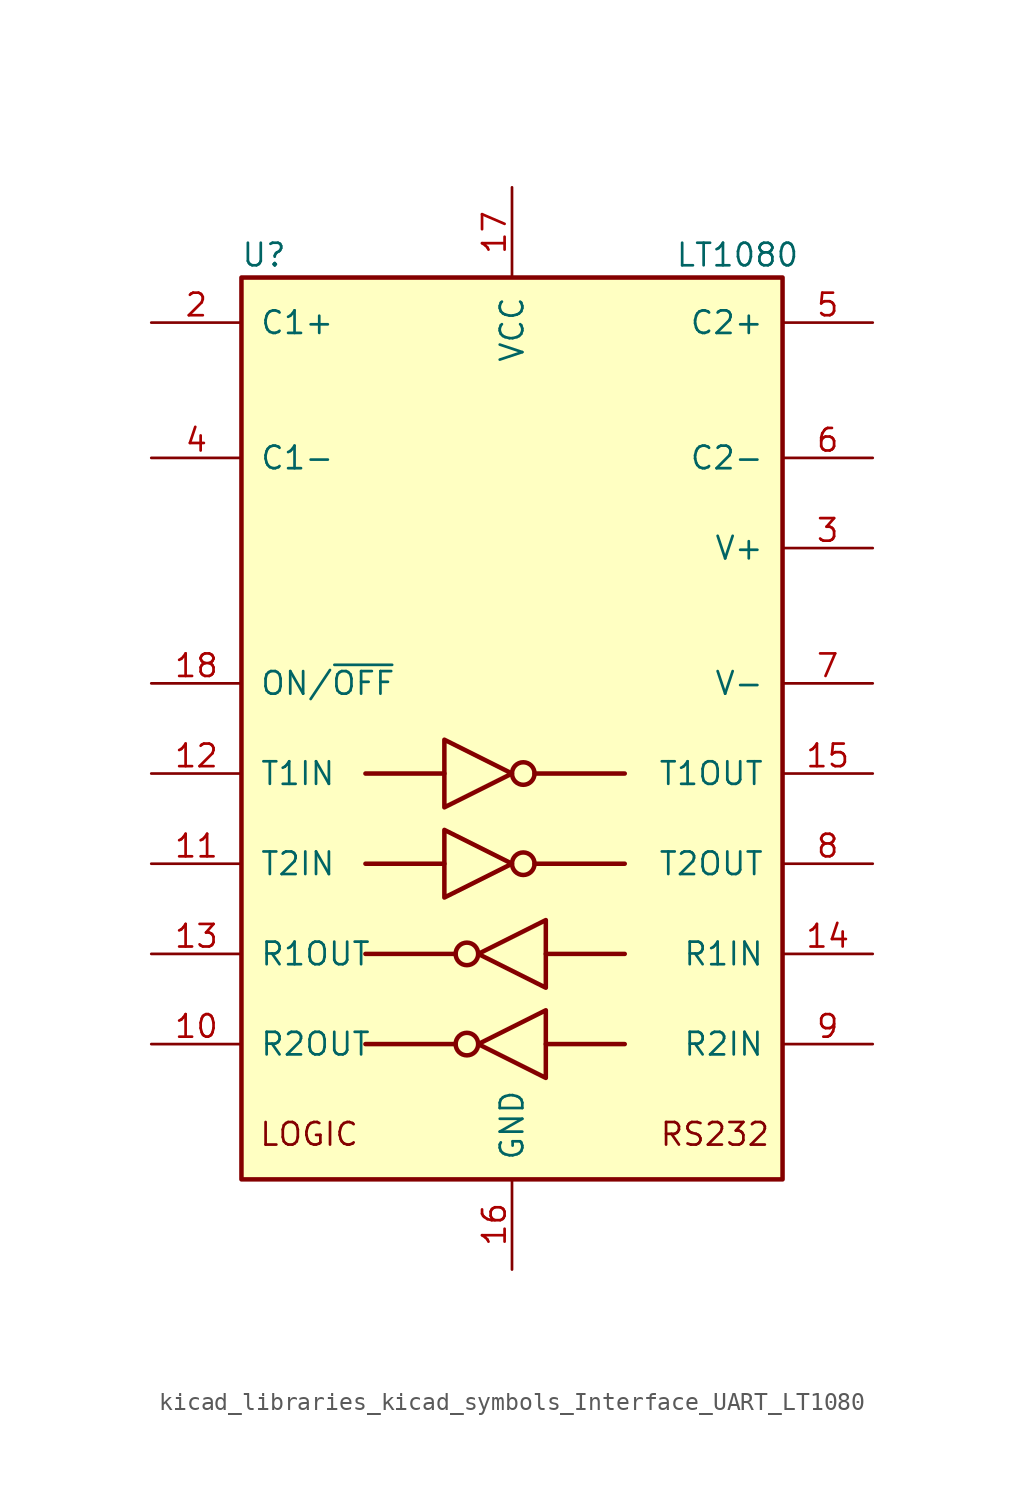
<source format=kicad_sym>
(kicad_symbol_lib
  (version 20220914)
  (generator kicad_symbol_editor)
  (symbol "kicad_libraries_kicad_symbols_Interface_UART_LT1080"
    (pin_names
      (offset 1.016))
    (property "Reference" "U"
      (at -13.97 26.67 0)
      (effects (font (size 1.27 1.27))))
    (property "Value" "LT1080"
      (at 12.7 26.67 0)
      (effects (font (size 1.27 1.27))))
    (symbol "kicad_libraries_kicad_symbols_Interface_UART_LT1080_0_0"
      (text "LOGIC" (at -11.43 -22.86 0) (effects (font (size 1.27 1.27))))
      (text "RS232" (at 11.43 -22.86 0) (effects (font (size 1.27 1.27)))))
    (symbol "kicad_libraries_kicad_symbols_Interface_UART_LT1080_0_1"
      (rectangle (start -15.24 -25.4) (end 15.24 25.4) (stroke (width 0.254) (type default)) (fill (type background)))
      (circle (center -2.54 -17.78) (radius 0.635) (stroke (width 0.254) (type default)) (fill (type none)))
      (circle (center -2.54 -12.7) (radius 0.635) (stroke (width 0.254) (type default)) (fill (type none)))
      (polyline (pts (xy -3.81 -7.62) (xy -8.255 -7.62)) (stroke (width 0.254) (type default)) (fill (type none)))
      (polyline (pts (xy -3.81 -2.54) (xy -8.255 -2.54)) (stroke (width 0.254) (type default)) (fill (type none)))
      (polyline (pts (xy -3.175 -17.78) (xy -8.255 -17.78)) (stroke (width 0.254) (type default)) (fill (type none)))
      (polyline (pts (xy -3.175 -12.7) (xy -8.255 -12.7)) (stroke (width 0.254) (type default)) (fill (type none)))
      (polyline (pts (xy 1.27 -7.62) (xy 6.35 -7.62)) (stroke (width 0.254) (type default)) (fill (type none)))
      (polyline (pts (xy 1.27 -2.54) (xy 6.35 -2.54)) (stroke (width 0.254) (type default)) (fill (type none)))
      (polyline (pts (xy 1.905 -17.78) (xy 6.35 -17.78)) (stroke (width 0.254) (type default)) (fill (type none)))
      (polyline (pts (xy 1.905 -12.7) (xy 6.35 -12.7)) (stroke (width 0.254) (type default)) (fill (type none)))
      (polyline (pts (xy -3.81 -5.715) (xy -3.81 -9.525) (xy 0 -7.62) (xy -3.81 -5.715)) (stroke (width 0.254) (type default)) (fill (type none)))
      (polyline (pts (xy -3.81 -0.635) (xy -3.81 -4.445) (xy 0 -2.54) (xy -3.81 -0.635)) (stroke (width 0.254) (type default)) (fill (type none)))
      (polyline (pts (xy 1.905 -15.875) (xy 1.905 -19.685) (xy -1.905 -17.78) (xy 1.905 -15.875)) (stroke (width 0.254) (type default)) (fill (type none)))
      (polyline (pts (xy 1.905 -10.795) (xy 1.905 -14.605) (xy -1.905 -12.7) (xy 1.905 -10.795)) (stroke (width 0.254) (type default)) (fill (type none)))
      (circle (center 0.635 -7.62) (radius 0.635) (stroke (width 0.254) (type default)) (fill (type none)))
      (circle (center 0.635 -2.54) (radius 0.635) (stroke (width 0.254) (type default)) (fill (type none))))
    (symbol "kicad_libraries_kicad_symbols_Interface_UART_LT1080_1_1"
      (pin no_connect line (at -15.24 5.08 0) (length 5.08) hide (name "NC" (effects (font (size 1.27 1.27)))) (number "1" (effects (font (size 1.27 1.27)))))
      (pin output line (at -20.32 -17.78 0) (length 5.08) (name "R2OUT" (effects (font (size 1.27 1.27)))) (number "10" (effects (font (size 1.27 1.27)))))
      (pin input line (at -20.32 -7.62 0) (length 5.08) (name "T2IN" (effects (font (size 1.27 1.27)))) (number "11" (effects (font (size 1.27 1.27)))))
      (pin input line (at -20.32 -2.54 0) (length 5.08) (name "T1IN" (effects (font (size 1.27 1.27)))) (number "12" (effects (font (size 1.27 1.27)))))
      (pin output line (at -20.32 -12.7 0) (length 5.08) (name "R1OUT" (effects (font (size 1.27 1.27)))) (number "13" (effects (font (size 1.27 1.27)))))
      (pin input line (at 20.32 -12.7 180) (length 5.08) (name "R1IN" (effects (font (size 1.27 1.27)))) (number "14" (effects (font (size 1.27 1.27)))))
      (pin output line (at 20.32 -2.54 180) (length 5.08) (name "T1OUT" (effects (font (size 1.27 1.27)))) (number "15" (effects (font (size 1.27 1.27)))))
      (pin power_in line (at 0 -30.48 90) (length 5.08) (name "GND" (effects (font (size 1.27 1.27)))) (number "16" (effects (font (size 1.27 1.27)))))
      (pin power_in line (at 0 30.48 270) (length 5.08) (name "VCC" (effects (font (size 1.27 1.27)))) (number "17" (effects (font (size 1.27 1.27)))))
      (pin input line (at -20.32 2.54 0) (length 5.08) (name "ON/~{OFF}" (effects (font (size 1.27 1.27)))) (number "18" (effects (font (size 1.27 1.27)))))
      (pin passive line (at -20.32 22.86 0) (length 5.08) (name "C1+" (effects (font (size 1.27 1.27)))) (number "2" (effects (font (size 1.27 1.27)))))
      (pin power_out line (at 20.32 10.16 180) (length 5.08) (name "V+" (effects (font (size 1.27 1.27)))) (number "3" (effects (font (size 1.27 1.27)))))
      (pin passive line (at -20.32 15.24 0) (length 5.08) (name "C1-" (effects (font (size 1.27 1.27)))) (number "4" (effects (font (size 1.27 1.27)))))
      (pin passive line (at 20.32 22.86 180) (length 5.08) (name "C2+" (effects (font (size 1.27 1.27)))) (number "5" (effects (font (size 1.27 1.27)))))
      (pin passive line (at 20.32 15.24 180) (length 5.08) (name "C2-" (effects (font (size 1.27 1.27)))) (number "6" (effects (font (size 1.27 1.27)))))
      (pin power_out line (at 20.32 2.54 180) (length 5.08) (name "V-" (effects (font (size 1.27 1.27)))) (number "7" (effects (font (size 1.27 1.27)))))
      (pin output line (at 20.32 -7.62 180) (length 5.08) (name "T2OUT" (effects (font (size 1.27 1.27)))) (number "8" (effects (font (size 1.27 1.27)))))
      (pin input line (at 20.32 -17.78 180) (length 5.08) (name "R2IN" (effects (font (size 1.27 1.27)))) (number "9" (effects (font (size 1.27 1.27))))))))
</source>
